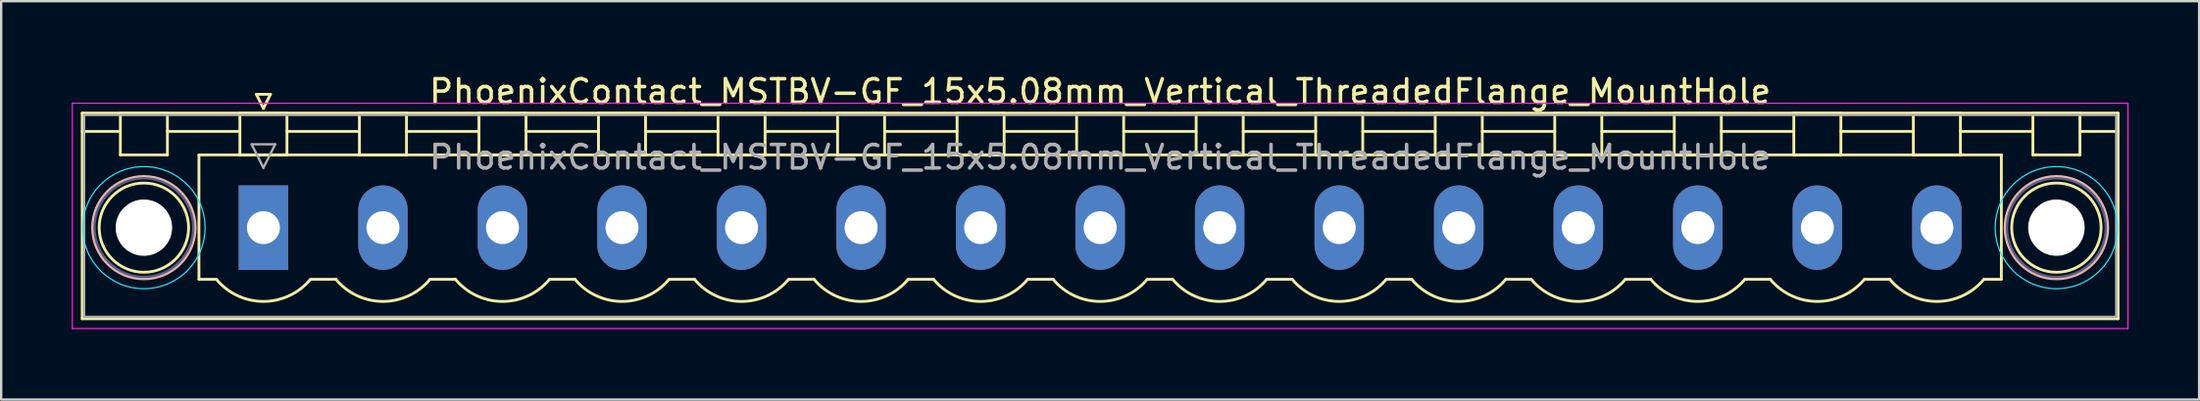
<source format=kicad_pcb>
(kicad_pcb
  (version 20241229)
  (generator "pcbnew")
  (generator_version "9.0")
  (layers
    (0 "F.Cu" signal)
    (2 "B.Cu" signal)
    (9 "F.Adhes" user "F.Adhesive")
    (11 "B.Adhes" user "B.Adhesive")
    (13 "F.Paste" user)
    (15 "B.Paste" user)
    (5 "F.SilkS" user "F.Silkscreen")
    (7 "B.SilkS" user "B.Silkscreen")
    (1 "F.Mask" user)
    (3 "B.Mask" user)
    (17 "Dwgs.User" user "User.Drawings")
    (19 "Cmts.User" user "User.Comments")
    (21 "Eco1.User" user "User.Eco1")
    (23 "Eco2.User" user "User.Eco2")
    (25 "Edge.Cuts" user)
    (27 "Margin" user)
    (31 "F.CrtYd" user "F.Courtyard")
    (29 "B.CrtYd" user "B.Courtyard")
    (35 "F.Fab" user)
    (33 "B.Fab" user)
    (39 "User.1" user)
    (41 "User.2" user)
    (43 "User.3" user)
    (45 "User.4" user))
  (footprint "PhoenixContact_MSTBV-GF_15x5.08mm_Vertical_ThreadedFlange_MountHole"
    (layer "F.Cu")
    (at 8.145 6.648)
    (property "Reference" "PhoenixContact_MSTBV-GF_15x5.08mm_Vertical_ThreadedFlange_MountHole" (at 35.56 -5.8 0) (layer "F.SilkS") (effects (font (size 1 1) (thickness 0.15))))
    (attr through_hole)
    (fp_line (start -7.7 -4.88) (end -7.7 3.88) (stroke (width 0.12) (type solid)) (layer "F.SilkS"))
    (fp_line (start -7.7 -4.1) (end -6.16 -4.1) (stroke (width 0.12) (type solid)) (layer "F.SilkS"))
    (fp_line (start -7.7 3.88) (end 78.82 3.88) (stroke (width 0.12) (type solid)) (layer "F.SilkS"))
    (fp_line (start -6.08 -4.88) (end -4.08 -4.88) (stroke (width 0.12) (type solid)) (layer "F.SilkS"))
    (fp_line (start -6.08 -3.1) (end -6.08 -4.88) (stroke (width 0.12) (type solid)) (layer "F.SilkS"))
    (fp_line (start -4.08 -4.88) (end -4.08 -3.1) (stroke (width 0.12) (type solid)) (layer "F.SilkS"))
    (fp_line (start -4.08 -4.1) (end -1 -4.1) (stroke (width 0.12) (type solid)) (layer "F.SilkS"))
    (fp_line (start -4.08 -3.1) (end -6.08 -3.1) (stroke (width 0.12) (type solid)) (layer "F.SilkS"))
    (fp_line (start -2.74 -3.1) (end 73.86 -3.1) (stroke (width 0.12) (type solid)) (layer "F.SilkS"))
    (fp_line (start -2.74 2.2) (end -2.74 -3.1) (stroke (width 0.12) (type solid)) (layer "F.SilkS"))
    (fp_line (start -2 2.2) (end -2.74 2.2) (stroke (width 0.12) (type solid)) (layer "F.SilkS"))
    (fp_line (start -1 -4.88) (end 1 -4.88) (stroke (width 0.12) (type solid)) (layer "F.SilkS"))
    (fp_line (start -1 -3.1) (end -1 -4.88) (stroke (width 0.12) (type solid)) (layer "F.SilkS"))
    (fp_line (start -0.3 -5.68) (end 0.3 -5.68) (stroke (width 0.12) (type solid)) (layer "F.SilkS"))
    (fp_line (start 0 -5.08) (end -0.3 -5.68) (stroke (width 0.12) (type solid)) (layer "F.SilkS"))
    (fp_line (start 0.3 -5.68) (end 0 -5.08) (stroke (width 0.12) (type solid)) (layer "F.SilkS"))
    (fp_line (start 1 -4.88) (end 1 -3.1) (stroke (width 0.12) (type solid)) (layer "F.SilkS"))
    (fp_line (start 1 -4.1) (end 4.08 -4.1) (stroke (width 0.12) (type solid)) (layer "F.SilkS"))
    (fp_line (start 1 -3.1) (end -1 -3.1) (stroke (width 0.12) (type solid)) (layer "F.SilkS"))
    (fp_line (start 2 2.2) (end 3.08 2.2) (stroke (width 0.12) (type solid)) (layer "F.SilkS"))
    (fp_line (start 4.08 -4.88) (end 6.08 -4.88) (stroke (width 0.12) (type solid)) (layer "F.SilkS"))
    (fp_line (start 4.08 -3.1) (end 4.08 -4.88) (stroke (width 0.12) (type solid)) (layer "F.SilkS"))
    (fp_line (start 6.08 -4.88) (end 6.08 -3.1) (stroke (width 0.12) (type solid)) (layer "F.SilkS"))
    (fp_line (start 6.08 -4.1) (end 9.16 -4.1) (stroke (width 0.12) (type solid)) (layer "F.SilkS"))
    (fp_line (start 6.08 -3.1) (end 4.08 -3.1) (stroke (width 0.12) (type solid)) (layer "F.SilkS"))
    (fp_line (start 7.08 2.2) (end 8.16 2.2) (stroke (width 0.12) (type solid)) (layer "F.SilkS"))
    (fp_line (start 9.16 -4.88) (end 11.16 -4.88) (stroke (width 0.12) (type solid)) (layer "F.SilkS"))
    (fp_line (start 9.16 -3.1) (end 9.16 -4.88) (stroke (width 0.12) (type solid)) (layer "F.SilkS"))
    (fp_line (start 11.16 -4.88) (end 11.16 -3.1) (stroke (width 0.12) (type solid)) (layer "F.SilkS"))
    (fp_line (start 11.16 -4.1) (end 14.24 -4.1) (stroke (width 0.12) (type solid)) (layer "F.SilkS"))
    (fp_line (start 11.16 -3.1) (end 9.16 -3.1) (stroke (width 0.12) (type solid)) (layer "F.SilkS"))
    (fp_line (start 12.16 2.2) (end 13.24 2.2) (stroke (width 0.12) (type solid)) (layer "F.SilkS"))
    (fp_line (start 14.24 -4.88) (end 16.24 -4.88) (stroke (width 0.12) (type solid)) (layer "F.SilkS"))
    (fp_line (start 14.24 -3.1) (end 14.24 -4.88) (stroke (width 0.12) (type solid)) (layer "F.SilkS"))
    (fp_line (start 16.24 -4.88) (end 16.24 -3.1) (stroke (width 0.12) (type solid)) (layer "F.SilkS"))
    (fp_line (start 16.24 -4.1) (end 19.32 -4.1) (stroke (width 0.12) (type solid)) (layer "F.SilkS"))
    (fp_line (start 16.24 -3.1) (end 14.24 -3.1) (stroke (width 0.12) (type solid)) (layer "F.SilkS"))
    (fp_line (start 17.24 2.2) (end 18.32 2.2) (stroke (width 0.12) (type solid)) (layer "F.SilkS"))
    (fp_line (start 19.32 -4.88) (end 21.32 -4.88) (stroke (width 0.12) (type solid)) (layer "F.SilkS"))
    (fp_line (start 19.32 -3.1) (end 19.32 -4.88) (stroke (width 0.12) (type solid)) (layer "F.SilkS"))
    (fp_line (start 21.32 -4.88) (end 21.32 -3.1) (stroke (width 0.12) (type solid)) (layer "F.SilkS"))
    (fp_line (start 21.32 -4.1) (end 24.4 -4.1) (stroke (width 0.12) (type solid)) (layer "F.SilkS"))
    (fp_line (start 21.32 -3.1) (end 19.32 -3.1) (stroke (width 0.12) (type solid)) (layer "F.SilkS"))
    (fp_line (start 22.32 2.2) (end 23.4 2.2) (stroke (width 0.12) (type solid)) (layer "F.SilkS"))
    (fp_line (start 24.4 -4.88) (end 26.4 -4.88) (stroke (width 0.12) (type solid)) (layer "F.SilkS"))
    (fp_line (start 24.4 -3.1) (end 24.4 -4.88) (stroke (width 0.12) (type solid)) (layer "F.SilkS"))
    (fp_line (start 26.4 -4.88) (end 26.4 -3.1) (stroke (width 0.12) (type solid)) (layer "F.SilkS"))
    (fp_line (start 26.4 -4.1) (end 29.48 -4.1) (stroke (width 0.12) (type solid)) (layer "F.SilkS"))
    (fp_line (start 26.4 -3.1) (end 24.4 -3.1) (stroke (width 0.12) (type solid)) (layer "F.SilkS"))
    (fp_line (start 27.4 2.2) (end 28.48 2.2) (stroke (width 0.12) (type solid)) (layer "F.SilkS"))
    (fp_line (start 29.48 -4.88) (end 31.48 -4.88) (stroke (width 0.12) (type solid)) (layer "F.SilkS"))
    (fp_line (start 29.48 -3.1) (end 29.48 -4.88) (stroke (width 0.12) (type solid)) (layer "F.SilkS"))
    (fp_line (start 31.48 -4.88) (end 31.48 -3.1) (stroke (width 0.12) (type solid)) (layer "F.SilkS"))
    (fp_line (start 31.48 -4.1) (end 34.56 -4.1) (stroke (width 0.12) (type solid)) (layer "F.SilkS"))
    (fp_line (start 31.48 -3.1) (end 29.48 -3.1) (stroke (width 0.12) (type solid)) (layer "F.SilkS"))
    (fp_line (start 32.48 2.2) (end 33.56 2.2) (stroke (width 0.12) (type solid)) (layer "F.SilkS"))
    (fp_line (start 34.56 -4.88) (end 36.56 -4.88) (stroke (width 0.12) (type solid)) (layer "F.SilkS"))
    (fp_line (start 34.56 -3.1) (end 34.56 -4.88) (stroke (width 0.12) (type solid)) (layer "F.SilkS"))
    (fp_line (start 36.56 -4.88) (end 36.56 -3.1) (stroke (width 0.12) (type solid)) (layer "F.SilkS"))
    (fp_line (start 36.56 -4.1) (end 39.64 -4.1) (stroke (width 0.12) (type solid)) (layer "F.SilkS"))
    (fp_line (start 36.56 -3.1) (end 34.56 -3.1) (stroke (width 0.12) (type solid)) (layer "F.SilkS"))
    (fp_line (start 37.56 2.2) (end 38.64 2.2) (stroke (width 0.12) (type solid)) (layer "F.SilkS"))
    (fp_line (start 39.64 -4.88) (end 41.64 -4.88) (stroke (width 0.12) (type solid)) (layer "F.SilkS"))
    (fp_line (start 39.64 -3.1) (end 39.64 -4.88) (stroke (width 0.12) (type solid)) (layer "F.SilkS"))
    (fp_line (start 41.64 -4.88) (end 41.64 -3.1) (stroke (width 0.12) (type solid)) (layer "F.SilkS"))
    (fp_line (start 41.64 -4.1) (end 44.72 -4.1) (stroke (width 0.12) (type solid)) (layer "F.SilkS"))
    (fp_line (start 41.64 -3.1) (end 39.64 -3.1) (stroke (width 0.12) (type solid)) (layer "F.SilkS"))
    (fp_line (start 42.64 2.2) (end 43.72 2.2) (stroke (width 0.12) (type solid)) (layer "F.SilkS"))
    (fp_line (start 44.72 -4.88) (end 46.72 -4.88) (stroke (width 0.12) (type solid)) (layer "F.SilkS"))
    (fp_line (start 44.72 -3.1) (end 44.72 -4.88) (stroke (width 0.12) (type solid)) (layer "F.SilkS"))
    (fp_line (start 46.72 -4.88) (end 46.72 -3.1) (stroke (width 0.12) (type solid)) (layer "F.SilkS"))
    (fp_line (start 46.72 -4.1) (end 49.8 -4.1) (stroke (width 0.12) (type solid)) (layer "F.SilkS"))
    (fp_line (start 46.72 -3.1) (end 44.72 -3.1) (stroke (width 0.12) (type solid)) (layer "F.SilkS"))
    (fp_line (start 47.72 2.2) (end 48.8 2.2) (stroke (width 0.12) (type solid)) (layer "F.SilkS"))
    (fp_line (start 49.8 -4.88) (end 51.8 -4.88) (stroke (width 0.12) (type solid)) (layer "F.SilkS"))
    (fp_line (start 49.8 -3.1) (end 49.8 -4.88) (stroke (width 0.12) (type solid)) (layer "F.SilkS"))
    (fp_line (start 51.8 -4.88) (end 51.8 -3.1) (stroke (width 0.12) (type solid)) (layer "F.SilkS"))
    (fp_line (start 51.8 -4.1) (end 54.88 -4.1) (stroke (width 0.12) (type solid)) (layer "F.SilkS"))
    (fp_line (start 51.8 -3.1) (end 49.8 -3.1) (stroke (width 0.12) (type solid)) (layer "F.SilkS"))
    (fp_line (start 52.8 2.2) (end 53.88 2.2) (stroke (width 0.12) (type solid)) (layer "F.SilkS"))
    (fp_line (start 54.88 -4.88) (end 56.88 -4.88) (stroke (width 0.12) (type solid)) (layer "F.SilkS"))
    (fp_line (start 54.88 -3.1) (end 54.88 -4.88) (stroke (width 0.12) (type solid)) (layer "F.SilkS"))
    (fp_line (start 56.88 -4.88) (end 56.88 -3.1) (stroke (width 0.12) (type solid)) (layer "F.SilkS"))
    (fp_line (start 56.88 -4.1) (end 59.96 -4.1) (stroke (width 0.12) (type solid)) (layer "F.SilkS"))
    (fp_line (start 56.88 -3.1) (end 54.88 -3.1) (stroke (width 0.12) (type solid)) (layer "F.SilkS"))
    (fp_line (start 57.88 2.2) (end 58.96 2.2) (stroke (width 0.12) (type solid)) (layer "F.SilkS"))
    (fp_line (start 59.96 -4.88) (end 61.96 -4.88) (stroke (width 0.12) (type solid)) (layer "F.SilkS"))
    (fp_line (start 59.96 -3.1) (end 59.96 -4.88) (stroke (width 0.12) (type solid)) (layer "F.SilkS"))
    (fp_line (start 61.96 -4.88) (end 61.96 -3.1) (stroke (width 0.12) (type solid)) (layer "F.SilkS"))
    (fp_line (start 61.96 -4.1) (end 65.04 -4.1) (stroke (width 0.12) (type solid)) (layer "F.SilkS"))
    (fp_line (start 61.96 -3.1) (end 59.96 -3.1) (stroke (width 0.12) (type solid)) (layer "F.SilkS"))
    (fp_line (start 62.96 2.2) (end 64.04 2.2) (stroke (width 0.12) (type solid)) (layer "F.SilkS"))
    (fp_line (start 65.04 -4.88) (end 67.04 -4.88) (stroke (width 0.12) (type solid)) (layer "F.SilkS"))
    (fp_line (start 65.04 -3.1) (end 65.04 -4.88) (stroke (width 0.12) (type solid)) (layer "F.SilkS"))
    (fp_line (start 67.04 -4.88) (end 67.04 -3.1) (stroke (width 0.12) (type solid)) (layer "F.SilkS"))
    (fp_line (start 67.04 -4.1) (end 70.12 -4.1) (stroke (width 0.12) (type solid)) (layer "F.SilkS"))
    (fp_line (start 67.04 -3.1) (end 65.04 -3.1) (stroke (width 0.12) (type solid)) (layer "F.SilkS"))
    (fp_line (start 68.04 2.2) (end 69.12 2.2) (stroke (width 0.12) (type solid)) (layer "F.SilkS"))
    (fp_line (start 70.12 -4.88) (end 72.12 -4.88) (stroke (width 0.12) (type solid)) (layer "F.SilkS"))
    (fp_line (start 70.12 -3.1) (end 70.12 -4.88) (stroke (width 0.12) (type solid)) (layer "F.SilkS"))
    (fp_line (start 72.12 -4.88) (end 72.12 -3.1) (stroke (width 0.12) (type solid)) (layer "F.SilkS"))
    (fp_line (start 72.12 -4.1) (end 75.2 -4.1) (stroke (width 0.12) (type solid)) (layer "F.SilkS"))
    (fp_line (start 72.12 -3.1) (end 70.12 -3.1) (stroke (width 0.12) (type solid)) (layer "F.SilkS"))
    (fp_line (start 73.86 -3.1) (end 73.86 2.2) (stroke (width 0.12) (type solid)) (layer "F.SilkS"))
    (fp_line (start 73.86 2.2) (end 73.12 2.2) (stroke (width 0.12) (type solid)) (layer "F.SilkS"))
    (fp_line (start 75.2 -4.88) (end 77.2 -4.88) (stroke (width 0.12) (type solid)) (layer "F.SilkS"))
    (fp_line (start 75.2 -3.1) (end 75.2 -4.88) (stroke (width 0.12) (type solid)) (layer "F.SilkS"))
    (fp_line (start 77.2 -4.88) (end 77.2 -3.1) (stroke (width 0.12) (type solid)) (layer "F.SilkS"))
    (fp_line (start 77.2 -3.1) (end 75.2 -3.1) (stroke (width 0.12) (type solid)) (layer "F.SilkS"))
    (fp_line (start 78.82 -4.88) (end -7.7 -4.88) (stroke (width 0.12) (type solid)) (layer "F.SilkS"))
    (fp_line (start 78.82 -4.1) (end 77.28 -4.1) (stroke (width 0.12) (type solid)) (layer "F.SilkS"))
    (fp_line (start 78.82 3.88) (end 78.82 -4.88) (stroke (width 0.12) (type solid)) (layer "F.SilkS"))
    (fp_arc (start 1.986842 2.215821) (mid -0.010289 3.142758) (end -2 2.2) (stroke (width 0.12) (type solid)) (layer "F.SilkS"))
    (fp_arc (start 7.066842 2.215821) (mid 5.069711 3.142758) (end 3.08 2.2) (stroke (width 0.12) (type solid)) (layer "F.SilkS"))
    (fp_arc (start 12.146842 2.215821) (mid 10.149711 3.142758) (end 8.16 2.2) (stroke (width 0.12) (type solid)) (layer "F.SilkS"))
    (fp_arc (start 17.226842 2.215821) (mid 15.229711 3.142758) (end 13.24 2.2) (stroke (width 0.12) (type solid)) (layer "F.SilkS"))
    (fp_arc (start 22.306842 2.215821) (mid 20.309711 3.142758) (end 18.32 2.2) (stroke (width 0.12) (type solid)) (layer "F.SilkS"))
    (fp_arc (start 27.386842 2.215821) (mid 25.389711 3.142758) (end 23.4 2.2) (stroke (width 0.12) (type solid)) (layer "F.SilkS"))
    (fp_arc (start 32.466842 2.215821) (mid 30.469711 3.142758) (end 28.48 2.2) (stroke (width 0.12) (type solid)) (layer "F.SilkS"))
    (fp_arc (start 37.546842 2.215821) (mid 35.549711 3.142758) (end 33.56 2.2) (stroke (width 0.12) (type solid)) (layer "F.SilkS"))
    (fp_arc (start 42.626842 2.215821) (mid 40.629711 3.142758) (end 38.64 2.2) (stroke (width 0.12) (type solid)) (layer "F.SilkS"))
    (fp_arc (start 47.706842 2.215821) (mid 45.709711 3.142758) (end 43.72 2.2) (stroke (width 0.12) (type solid)) (layer "F.SilkS"))
    (fp_arc (start 52.786842 2.215821) (mid 50.789711 3.142758) (end 48.8 2.2) (stroke (width 0.12) (type solid)) (layer "F.SilkS"))
    (fp_arc (start 57.866842 2.215821) (mid 55.869711 3.142758) (end 53.88 2.2) (stroke (width 0.12) (type solid)) (layer "F.SilkS"))
    (fp_arc (start 62.946842 2.215821) (mid 60.949711 3.142758) (end 58.96 2.2) (stroke (width 0.12) (type solid)) (layer "F.SilkS"))
    (fp_arc (start 68.026842 2.215821) (mid 66.029711 3.142758) (end 64.04 2.2) (stroke (width 0.12) (type solid)) (layer "F.SilkS"))
    (fp_arc (start 73.106842 2.215821) (mid 71.109711 3.142758) (end 69.12 2.2) (stroke (width 0.12) (type solid)) (layer "F.SilkS"))
    (fp_circle (center -5.08 0) (end -3.18 0) (stroke (width 0.12) (type solid)) (fill no) (layer "F.SilkS"))
    (fp_circle (center 76.2 0) (end 78.1 0) (stroke (width 0.12) (type solid)) (fill no) (layer "F.SilkS"))
    (fp_circle (center -5.08 0) (end -2.9 0) (stroke (width 0.12) (type solid)) (fill no) (layer "B.SilkS"))
    (fp_circle (center 76.2 0) (end 78.38 0) (stroke (width 0.12) (type solid)) (fill no) (layer "B.SilkS"))
    (fp_circle (center -5.08 0) (end -2.48 0) (stroke (width 0.05) (type solid)) (fill no) (layer "B.CrtYd"))
    (fp_circle (center 76.2 0) (end 78.8 0) (stroke (width 0.05) (type solid)) (fill no) (layer "B.CrtYd"))
    (fp_line (start -8.12 -5.3) (end -8.12 4.3) (stroke (width 0.05) (type solid)) (layer "F.CrtYd"))
    (fp_line (start -8.12 4.3) (end 79.24 4.3) (stroke (width 0.05) (type solid)) (layer "F.CrtYd"))
    (fp_line (start 79.24 -5.3) (end -8.12 -5.3) (stroke (width 0.05) (type solid)) (layer "F.CrtYd"))
    (fp_line (start 79.24 4.3) (end 79.24 -5.3) (stroke (width 0.05) (type solid)) (layer "F.CrtYd"))
    (fp_circle (center -5.08 0) (end -2.98 0) (stroke (width 0.1) (type solid)) (fill no) (layer "B.Fab"))
    (fp_circle (center 76.2 0) (end 78.3 0) (stroke (width 0.1) (type solid)) (fill no) (layer "B.Fab"))
    (fp_line (start -7.62 -4.8) (end -7.62 3.8) (stroke (width 0.1) (type solid)) (layer "F.Fab"))
    (fp_line (start -7.62 3.8) (end 78.74 3.8) (stroke (width 0.1) (type solid)) (layer "F.Fab"))
    (fp_line (start -0.5 -3.55) (end 0.5 -3.55) (stroke (width 0.1) (type solid)) (layer "F.Fab"))
    (fp_line (start 0 -2.55) (end -0.5 -3.55) (stroke (width 0.1) (type solid)) (layer "F.Fab"))
    (fp_line (start 0.5 -3.55) (end 0 -2.55) (stroke (width 0.1) (type solid)) (layer "F.Fab"))
    (fp_line (start 78.74 -4.8) (end -7.62 -4.8) (stroke (width 0.1) (type solid)) (layer "F.Fab"))
    (fp_line (start 78.74 3.8) (end 78.74 -4.8) (stroke (width 0.1) (type solid)) (layer "F.Fab"))
    (fp_text user "${REFERENCE}" (at 35.56 -3 0) (layer "F.Fab") (effects (font (size 1 1) (thickness 0.15))))
    (pad "" np_thru_hole circle (at -5.08 0) (size 2.4 2.4) (drill 2.4) (layers "*.Cu" "*.Mask"))
    (pad "" np_thru_hole circle (at 76.2 0) (size 2.4 2.4) (drill 2.4) (layers "*.Cu" "*.Mask"))
    (pad "1" thru_hole rect (at 0 0) (size 2.1 3.6) (drill 1.4) (layers "*.Cu" "*.Mask"))
    (pad "2" thru_hole oval (at 5.08 0) (size 2.1 3.6) (drill 1.4) (layers "*.Cu" "*.Mask"))
    (pad "3" thru_hole oval (at 10.16 0) (size 2.1 3.6) (drill 1.4) (layers "*.Cu" "*.Mask"))
    (pad "4" thru_hole oval (at 15.24 0) (size 2.1 3.6) (drill 1.4) (layers "*.Cu" "*.Mask"))
    (pad "5" thru_hole oval (at 20.32 0) (size 2.1 3.6) (drill 1.4) (layers "*.Cu" "*.Mask"))
    (pad "6" thru_hole oval (at 25.4 0) (size 2.1 3.6) (drill 1.4) (layers "*.Cu" "*.Mask"))
    (pad "7" thru_hole oval (at 30.48 0) (size 2.1 3.6) (drill 1.4) (layers "*.Cu" "*.Mask"))
    (pad "8" thru_hole oval (at 35.56 0) (size 2.1 3.6) (drill 1.4) (layers "*.Cu" "*.Mask"))
    (pad "9" thru_hole oval (at 40.64 0) (size 2.1 3.6) (drill 1.4) (layers "*.Cu" "*.Mask"))
    (pad "10" thru_hole oval (at 45.72 0) (size 2.1 3.6) (drill 1.4) (layers "*.Cu" "*.Mask"))
    (pad "11" thru_hole oval (at 50.8 0) (size 2.1 3.6) (drill 1.4) (layers "*.Cu" "*.Mask"))
    (pad "12" thru_hole oval (at 55.88 0) (size 2.1 3.6) (drill 1.4) (layers "*.Cu" "*.Mask"))
    (pad "13" thru_hole oval (at 60.96 0) (size 2.1 3.6) (drill 1.4) (layers "*.Cu" "*.Mask"))
    (pad "14" thru_hole oval (at 66.04 0) (size 2.1 3.6) (drill 1.4) (layers "*.Cu" "*.Mask"))
    (pad "15" thru_hole oval (at 71.12 0) (size 2.1 3.6) (drill 1.4) (layers "*.Cu" "*.Mask")))
  (gr_rect
    (start -3 -3)
    (end 90.41 13.973)
    (stroke (width 0.1) (type default))
    (fill no)
    (layer "Edge.Cuts")))
</source>
